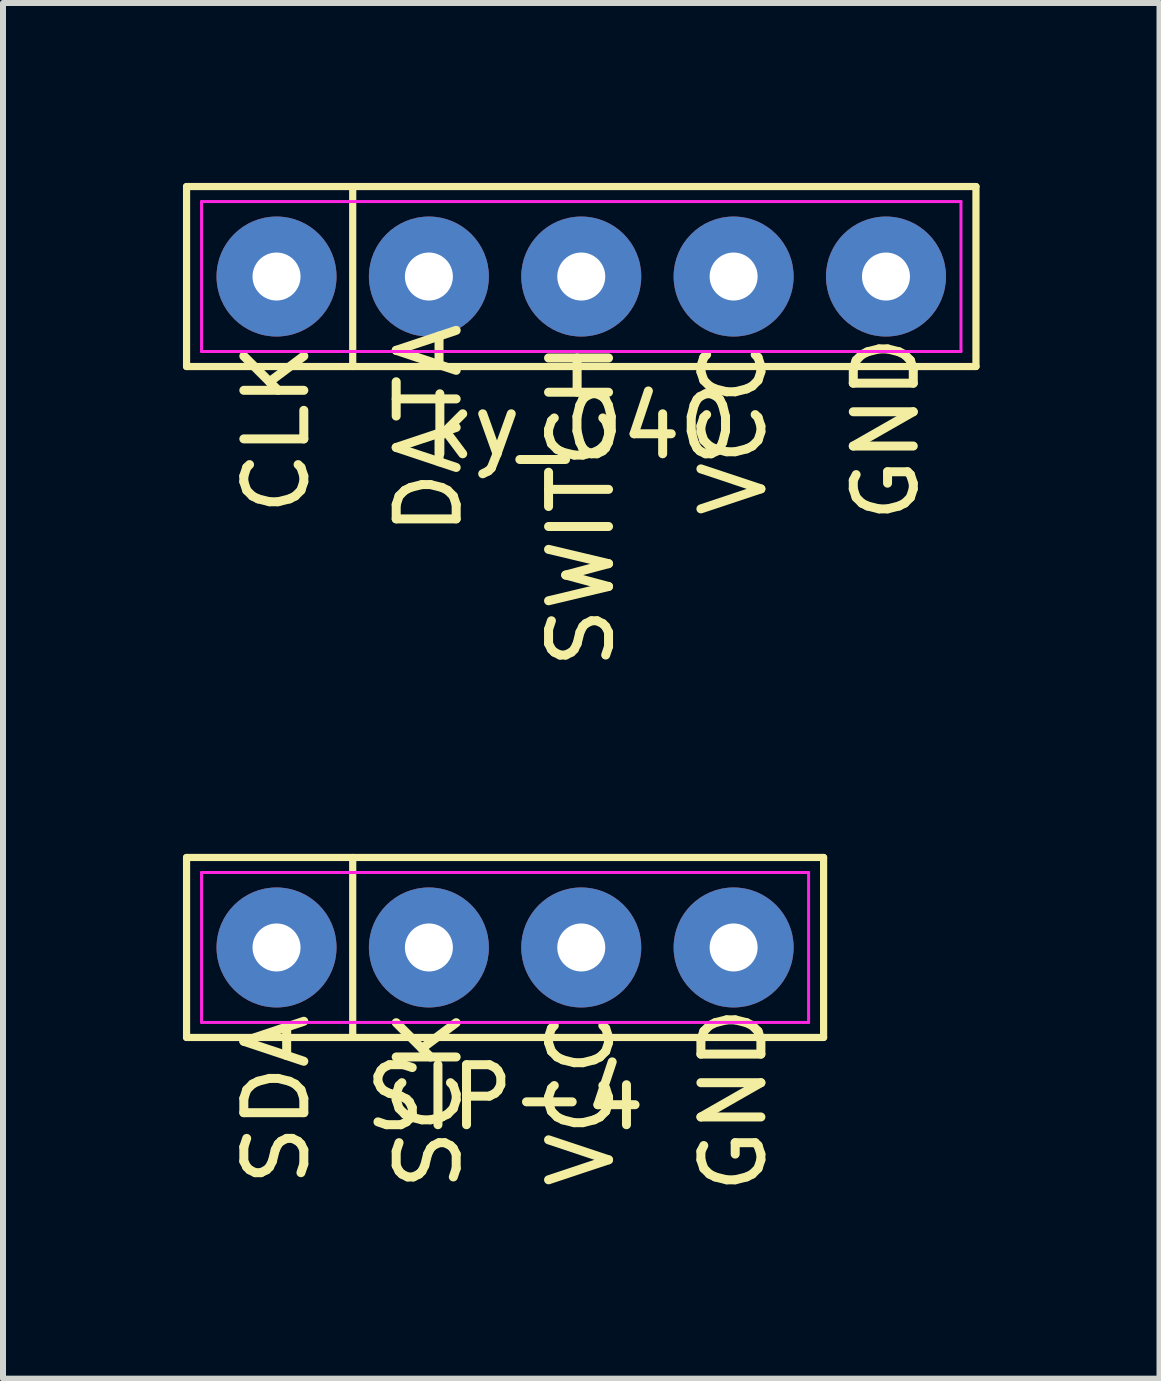
<source format=kicad_pcb>
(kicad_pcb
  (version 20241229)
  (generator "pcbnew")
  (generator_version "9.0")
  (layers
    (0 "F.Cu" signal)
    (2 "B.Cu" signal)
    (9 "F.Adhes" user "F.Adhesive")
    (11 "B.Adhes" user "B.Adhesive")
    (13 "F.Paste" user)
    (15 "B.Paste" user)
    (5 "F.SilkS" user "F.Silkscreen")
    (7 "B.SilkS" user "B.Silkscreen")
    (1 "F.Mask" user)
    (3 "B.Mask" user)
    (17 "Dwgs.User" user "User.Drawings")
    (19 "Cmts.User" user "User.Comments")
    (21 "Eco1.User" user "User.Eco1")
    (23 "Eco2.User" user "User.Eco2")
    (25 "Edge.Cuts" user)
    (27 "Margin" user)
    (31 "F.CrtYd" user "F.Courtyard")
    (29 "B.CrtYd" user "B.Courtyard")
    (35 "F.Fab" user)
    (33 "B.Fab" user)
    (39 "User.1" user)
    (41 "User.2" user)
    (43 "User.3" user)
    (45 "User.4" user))
  (footprint "SIP-4"
    (layer "F.Cu")
    (at 5.37 12.745)
    (property "Reference" "SIP-4" (at 0 2.5 0) (layer "F.SilkS") (effects (font (size 1 1) (thickness 0.15))))
    (attr through_hole)
    (fp_line (start -5.31 -1.5) (end 5.31 -1.5) (stroke (width 0.12) (type solid)) (layer "F.SilkS"))
    (fp_line (start -5.31 1.5) (end -5.31 -1.5) (stroke (width 0.12) (type solid)) (layer "F.SilkS"))
    (fp_line (start -2.54 -1.5) (end -2.54 1.5) (stroke (width 0.12) (type solid)) (layer "F.SilkS"))
    (fp_line (start 5.31 -1.5) (end 5.31 1.5) (stroke (width 0.12) (type solid)) (layer "F.SilkS"))
    (fp_line (start 5.31 1.5) (end -5.31 1.5) (stroke (width 0.12) (type solid)) (layer "F.SilkS"))
    (fp_line (start -5.06 -1.25) (end 5.06 -1.25) (stroke (width 0.05) (type solid)) (layer "F.CrtYd"))
    (fp_line (start -5.06 1.25) (end -5.06 -1.25) (stroke (width 0.05) (type solid)) (layer "F.CrtYd"))
    (fp_line (start 5.06 -1.25) (end 5.06 1.25) (stroke (width 0.05) (type solid)) (layer "F.CrtYd"))
    (fp_line (start 5.06 1.25) (end -5.06 1.25) (stroke (width 0.05) (type solid)) (layer "F.CrtYd"))
    (fp_text user "GND" (at 3.81 2.54 90) (layer "F.SilkS") (effects (font (size 1 1) (thickness 0.15))))
    (fp_text user "SCK" (at -1.27 2.54 90) (layer "F.SilkS") (effects (font (size 1 1) (thickness 0.15))))
    (fp_text user "SDA" (at -3.81 2.54 90) (layer "F.SilkS") (effects (font (size 1 1) (thickness 0.15))))
    (fp_text user "VCC" (at 1.27 2.54 90) (layer "F.SilkS") (effects (font (size 1 1) (thickness 0.15))))
    (pad "1" thru_hole circle (at 3.81 0) (size 2 2) (drill 0.8) (layers "*.Cu" "*.Mask"))
    (pad "2" thru_hole circle (at 1.27 0) (size 2 2) (drill 0.8) (layers "*.Cu" "*.Mask"))
    (pad "3" thru_hole circle (at -1.27 0) (size 2 2) (drill 0.8) (layers "*.Cu" "*.Mask"))
    (pad "4" thru_hole circle (at -3.81 0) (size 2 2) (drill 0.8) (layers "*.Cu" "*.Mask")))
  (footprint "ky_040"
    (layer "F.Cu")
    (at 6.64 1.56)
    (property "Reference" "ky_040" (at 0 2.5 0) (layer "F.SilkS") (effects (font (size 1 1) (thickness 0.15))))
    (attr through_hole)
    (fp_line (start -6.58 -1.5) (end 6.58 -1.5) (stroke (width 0.12) (type solid)) (layer "F.SilkS"))
    (fp_line (start -6.58 1.5) (end -6.58 -1.5) (stroke (width 0.12) (type solid)) (layer "F.SilkS"))
    (fp_line (start -3.81 -1.5) (end -3.81 1.5) (stroke (width 0.12) (type solid)) (layer "F.SilkS"))
    (fp_line (start 6.58 -1.5) (end 6.58 1.5) (stroke (width 0.12) (type solid)) (layer "F.SilkS"))
    (fp_line (start 6.58 1.5) (end -6.58 1.5) (stroke (width 0.12) (type solid)) (layer "F.SilkS"))
    (fp_line (start -6.33 -1.25) (end 6.33 -1.25) (stroke (width 0.05) (type solid)) (layer "F.CrtYd"))
    (fp_line (start -6.33 1.25) (end -6.33 -1.25) (stroke (width 0.05) (type solid)) (layer "F.CrtYd"))
    (fp_line (start 6.33 -1.25) (end 6.33 1.25) (stroke (width 0.05) (type solid)) (layer "F.CrtYd"))
    (fp_line (start 6.33 1.25) (end -6.33 1.25) (stroke (width 0.05) (type solid)) (layer "F.CrtYd"))
    (fp_text user "DATA" (at -2.54 2.54 90) (layer "F.SilkS") (effects (font (size 1 1) (thickness 0.15))))
    (fp_text user "GND" (at 5.08 2.54 90) (layer "F.SilkS") (effects (font (size 1 1) (thickness 0.15))))
    (fp_text user "CLK" (at -5.08 2.54 90) (layer "F.SilkS") (effects (font (size 1 1) (thickness 0.15))))
    (fp_text user "VCC" (at 2.54 2.54 90) (layer "F.SilkS") (effects (font (size 1 1) (thickness 0.15))))
    (fp_text user "SWITCH" (at 0 3.81 90) (layer "F.SilkS") (effects (font (size 1 1) (thickness 0.15))))
    (pad "1" thru_hole circle (at -5.08 0) (size 2 2) (drill 0.8) (layers "*.Cu" "*.Mask"))
    (pad "2" thru_hole circle (at -2.54 0) (size 2 2) (drill 0.8) (layers "*.Cu" "*.Mask"))
    (pad "3" thru_hole circle (at 0 0) (size 2 2) (drill 0.8) (layers "*.Cu" "*.Mask"))
    (pad "4" thru_hole circle (at 2.54 0) (size 2 2) (drill 0.8) (layers "*.Cu" "*.Mask"))
    (pad "5" thru_hole circle (at 5.08 0) (size 2 2) (drill 0.8) (layers "*.Cu" "*.Mask")))
  (gr_rect
    (start -3 -3)
    (end 16.28 19.934)
    (stroke (width 0.1) (type default))
    (fill no)
    (layer "Edge.Cuts")))
</source>
